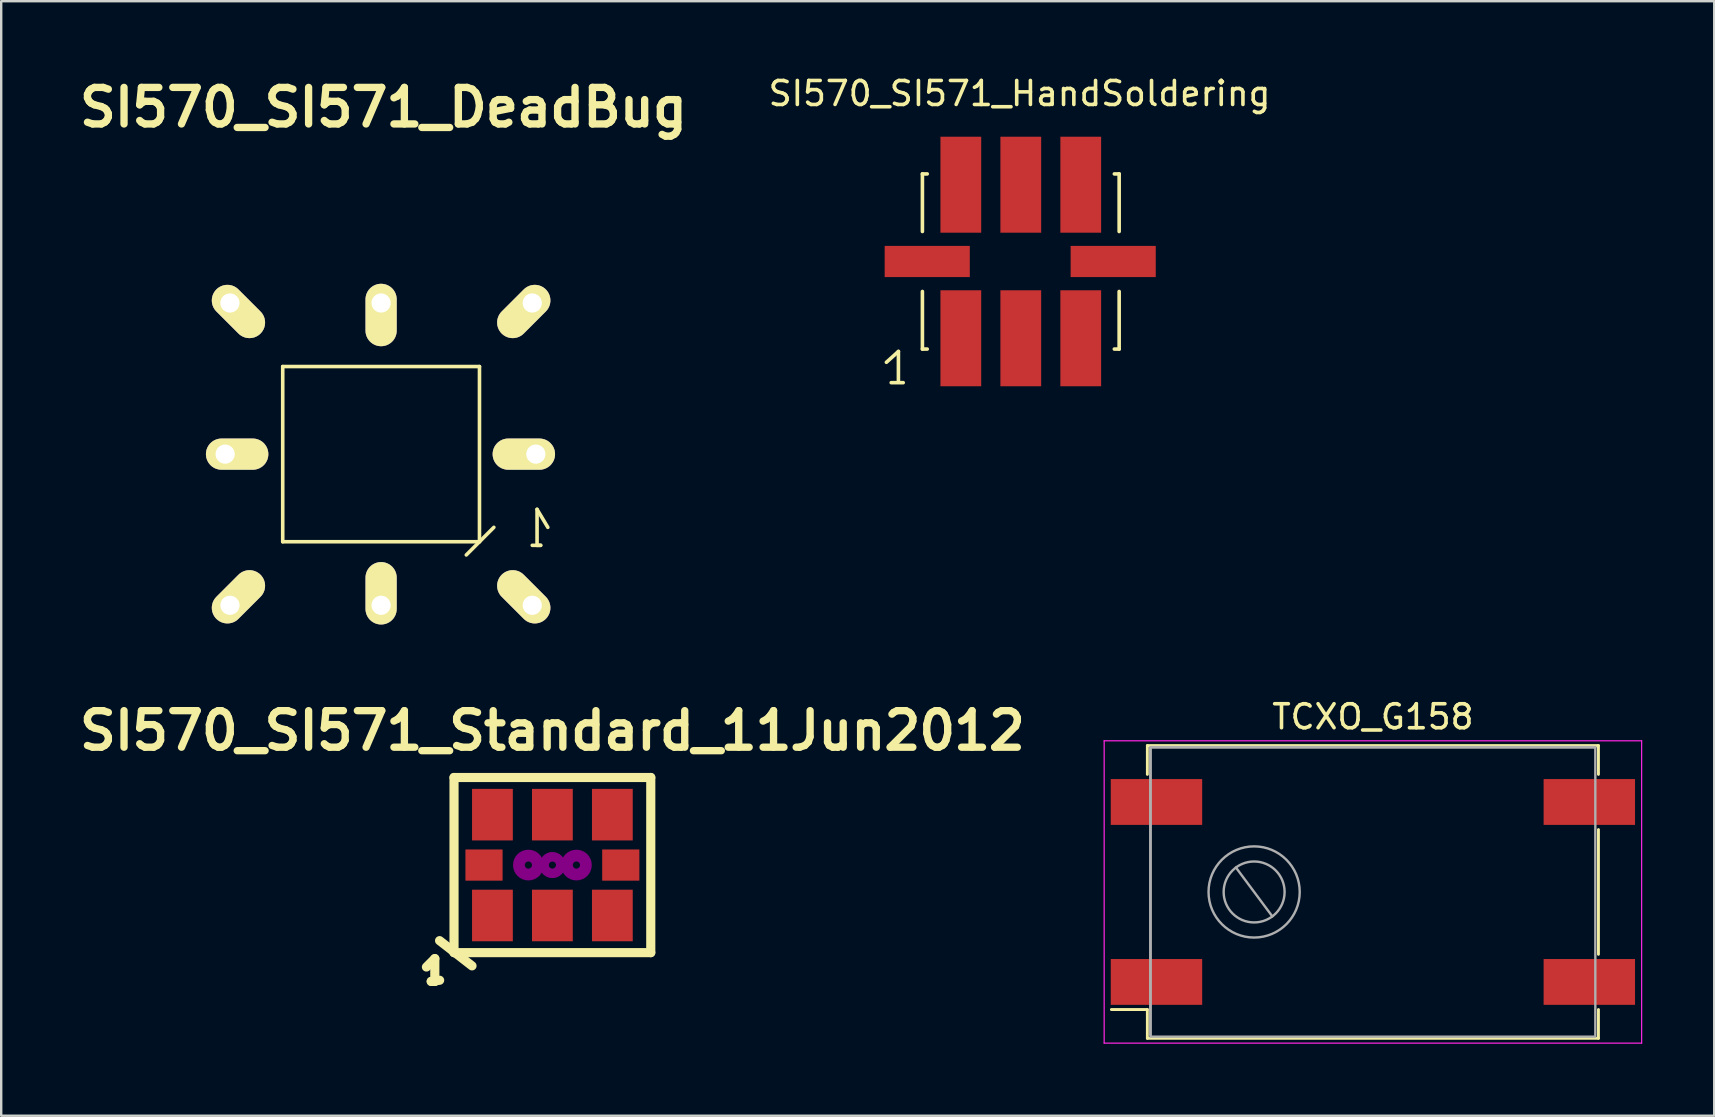
<source format=kicad_pcb>
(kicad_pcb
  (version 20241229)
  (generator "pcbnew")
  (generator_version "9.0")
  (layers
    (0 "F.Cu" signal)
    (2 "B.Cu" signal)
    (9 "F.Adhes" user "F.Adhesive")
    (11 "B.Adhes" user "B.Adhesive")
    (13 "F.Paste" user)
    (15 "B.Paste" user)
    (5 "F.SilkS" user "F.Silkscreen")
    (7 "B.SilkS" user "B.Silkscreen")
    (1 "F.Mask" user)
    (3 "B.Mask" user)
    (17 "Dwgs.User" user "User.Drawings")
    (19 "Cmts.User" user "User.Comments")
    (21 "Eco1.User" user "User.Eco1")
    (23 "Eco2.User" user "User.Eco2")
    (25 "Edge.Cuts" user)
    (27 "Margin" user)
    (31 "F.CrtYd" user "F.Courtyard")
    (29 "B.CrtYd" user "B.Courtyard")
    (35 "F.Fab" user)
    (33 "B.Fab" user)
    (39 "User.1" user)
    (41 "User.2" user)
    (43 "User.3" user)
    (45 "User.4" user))
  (footprint "SI570_SI571_HandSoldering"
    (layer "F.Cu")
    (at 39.493 7.848)
    (property "Reference" "SI570_SI571_HandSoldering" (at -0.051 -7 0) (layer "F.SilkS") (effects (font (size 1 1) (thickness 0.15))))
    (attr smd)
    (fp_line (start -5.601 4.201) (end -5.1 3.749) (stroke (width 0.15) (type solid)) (layer "F.SilkS"))
    (fp_line (start -5.4 5.05) (end -4.9 5.05) (stroke (width 0.15) (type solid)) (layer "F.SilkS"))
    (fp_line (start -5.1 3.749) (end -5.1 5.001) (stroke (width 0.15) (type solid)) (layer "F.SilkS"))
    (fp_line (start -4.1 -3.65) (end -4.1 -1.25) (stroke (width 0.15) (type solid)) (layer "F.SilkS"))
    (fp_line (start -4.1 -3.65) (end -3.899 -3.65) (stroke (width 0.15) (type solid)) (layer "F.SilkS"))
    (fp_line (start -4.1 3.65) (end -4.1 1.25) (stroke (width 0.15) (type solid)) (layer "F.SilkS"))
    (fp_line (start -4.1 3.65) (end -3.899 3.65) (stroke (width 0.15) (type solid)) (layer "F.SilkS"))
    (fp_line (start 4.1 -3.65) (end 3.899 -3.65) (stroke (width 0.15) (type solid)) (layer "F.SilkS"))
    (fp_line (start 4.1 -3.65) (end 4.1 -1.25) (stroke (width 0.15) (type solid)) (layer "F.SilkS"))
    (fp_line (start 4.1 3.65) (end 3.899 3.65) (stroke (width 0.15) (type solid)) (layer "F.SilkS"))
    (fp_line (start 4.1 3.65) (end 4.1 1.25) (stroke (width 0.15) (type solid)) (layer "F.SilkS"))
    (pad "1" smd rect (at -2.499 3.2) (size 1.699 4) (layers "F.Cu" "F.Mask" "F.Paste"))
    (pad "2" smd rect (at 0 3.2) (size 1.699 4) (layers "F.Cu" "F.Mask" "F.Paste"))
    (pad "3" smd rect (at 2.499 3.2) (size 1.699 4) (layers "F.Cu" "F.Mask" "F.Paste"))
    (pad "4" smd rect (at 2.499 -3.2) (size 1.699 4) (layers "F.Cu" "F.Mask" "F.Paste"))
    (pad "5" smd rect (at 0 -3.2) (size 1.699 4) (layers "F.Cu" "F.Mask" "F.Paste"))
    (pad "6" smd rect (at -2.499 -3.2) (size 1.699 4) (layers "F.Cu" "F.Mask" "F.Paste"))
    (pad "7" smd rect (at -3.899 0) (size 3.548 1.3) (layers "F.Cu" "F.Mask" "F.Paste"))
    (pad "8" smd rect (at 3.851 0) (size 3.548 1.3) (layers "F.Cu" "F.Mask" "F.Paste")))
  (footprint "SI570_SI571_DeadBug"
    (layer "F.Cu")
    (at 12.833 15.877)
    (property "Reference" "SI570_SI571_DeadBug" (at 0.099 -14.45 0) (layer "F.SilkS") (effects (font (size 1.524 1.524) (thickness 0.305))))
    (attr smd)
    (fp_line (start -4.1 -3.65) (end -4.1 3.65) (stroke (width 0.15) (type solid)) (layer "F.SilkS"))
    (fp_line (start -4.1 3.65) (end 4.1 3.65) (stroke (width 0.15) (type solid)) (layer "F.SilkS"))
    (fp_line (start 3.551 4.201) (end 4.699 3.051) (stroke (width 0.15) (type solid)) (layer "F.SilkS"))
    (fp_line (start 4.1 -3.65) (end -4.1 -3.65) (stroke (width 0.15) (type solid)) (layer "F.SilkS"))
    (fp_line (start 4.1 3.65) (end 4.1 -3.65) (stroke (width 0.15) (type solid)) (layer "F.SilkS"))
    (fp_line (start 6.5 2.301) (end 6.5 3.8) (stroke (width 0.15) (type solid)) (layer "F.SilkS"))
    (fp_line (start 6.5 3.8) (end 6.65 3.8) (stroke (width 0.15) (type solid)) (layer "F.SilkS"))
    (fp_line (start 6.65 3.8) (end 6.299 3.8) (stroke (width 0.15) (type solid)) (layer "F.SilkS"))
    (fp_line (start 6.949 3.051) (end 6.5 2.301) (stroke (width 0.15) (type solid)) (layer "F.SilkS"))
    (pad "1" thru_hole oval (at 6.299 6.299 135) (size 2.601 1.3) (drill 0.8 (offset 0.5 0)) (layers "*.Cu" "*.Mask" "F.SilkS"))
    (pad "2" thru_hole oval (at 0 6.299 90) (size 2.601 1.3) (drill 0.8 (offset 0.5 0)) (layers "*.Cu" "*.Mask" "F.SilkS"))
    (pad "3" thru_hole oval (at -6.299 6.299 45) (size 2.601 1.3) (drill 0.8 (offset 0.5 0)) (layers "*.Cu" "*.Mask" "F.SilkS"))
    (pad "4" thru_hole oval (at -6.299 -6.299 315) (size 2.601 1.3) (drill 0.8 (offset 0.5 0)) (layers "*.Cu" "*.Mask" "F.SilkS"))
    (pad "5" thru_hole oval (at 0 -6.299 270) (size 2.601 1.3) (drill 0.8 (offset 0.5 0)) (layers "*.Cu" "*.Mask" "F.SilkS"))
    (pad "6" thru_hole oval (at 6.299 -6.299 225) (size 2.601 1.3) (drill 0.8 (offset 0.5 0)) (layers "*.Cu" "*.Mask" "F.SilkS"))
    (pad "7" thru_hole oval (at 6.449 0 180) (size 2.601 1.3) (drill 0.8 (offset 0.5 0)) (layers "*.Cu" "*.Mask" "F.SilkS"))
    (pad "8" thru_hole oval (at -6.5 0) (size 2.601 1.3) (drill 0.8 (offset 0.5 0)) (layers "*.Cu" "*.Mask" "F.SilkS")))
  (footprint "TCXO_G158"
    (layer "F.Cu")
    (at 54.168 34.124)
    (property "Reference" "TCXO_G158" (at 0 -7.3 0) (layer "F.SilkS") (effects (font (size 1 1) (thickness 0.15))))
    (attr smd)
    (fp_line (start -10.9 4.9) (end -9.4 4.9) (stroke (width 0.12) (type solid)) (layer "F.SilkS"))
    (fp_line (start -9.4 -6.1) (end -9.4 -4.9) (stroke (width 0.12) (type solid)) (layer "F.SilkS"))
    (fp_line (start -9.4 4.9) (end -9.4 6.1) (stroke (width 0.12) (type solid)) (layer "F.SilkS"))
    (fp_line (start -9.4 6.1) (end 9.4 6.1) (stroke (width 0.12) (type solid)) (layer "F.SilkS"))
    (fp_line (start 9.4 -6.1) (end -9.4 -6.1) (stroke (width 0.12) (type solid)) (layer "F.SilkS"))
    (fp_line (start 9.4 -4.9) (end 9.4 -6.1) (stroke (width 0.12) (type solid)) (layer "F.SilkS"))
    (fp_line (start 9.4 2.6) (end 9.4 -2.6) (stroke (width 0.12) (type solid)) (layer "F.SilkS"))
    (fp_line (start 9.4 6.1) (end 9.4 4.9) (stroke (width 0.12) (type solid)) (layer "F.SilkS"))
    (fp_line (start -11.2 -6.3) (end -11.2 6.3) (stroke (width 0.05) (type solid)) (layer "F.CrtYd"))
    (fp_line (start -11.2 6.3) (end 11.2 6.3) (stroke (width 0.05) (type solid)) (layer "F.CrtYd"))
    (fp_line (start 11.2 -6.3) (end -11.2 -6.3) (stroke (width 0.05) (type solid)) (layer "F.CrtYd"))
    (fp_line (start 11.2 6.3) (end 11.2 -6.3) (stroke (width 0.05) (type solid)) (layer "F.CrtYd"))
    (fp_line (start -9.27 -6.03) (end 9.27 -6.03) (stroke (width 0.12) (type solid)) (layer "F.Fab"))
    (fp_line (start -9.27 5.97) (end -9.27 -5.97) (stroke (width 0.12) (type solid)) (layer "F.Fab"))
    (fp_line (start -5.71 -1.02) (end -4.19 1.02) (stroke (width 0.1) (type solid)) (layer "F.Fab"))
    (fp_line (start 9.27 -5.97) (end 9.27 5.97) (stroke (width 0.1) (type solid)) (layer "F.Fab"))
    (fp_line (start 9.27 6.03) (end -9.27 6.03) (stroke (width 0.1) (type solid)) (layer "F.Fab"))
    (fp_circle (center -4.95 0) (end -3.68 0) (stroke (width 0.1) (type solid)) (fill no) (layer "F.Fab"))
    (fp_circle (center -4.95 0) (end -3.05 0) (stroke (width 0.1) (type solid)) (fill no) (layer "F.Fab"))
    (pad "1" smd rect (at -9.02 3.75) (size 3.81 1.91) (layers "F.Cu" "F.Mask" "F.Paste"))
    (pad "2" smd rect (at 9.02 3.75) (size 3.81 1.91) (layers "F.Cu" "F.Mask" "F.Paste"))
    (pad "3" smd rect (at 9.02 -3.75) (size 3.81 1.91) (layers "F.Cu" "F.Mask" "F.Paste"))
    (pad "4" smd rect (at -9.02 -3.75) (size 3.81 1.91) (layers "F.Cu" "F.Mask" "F.Paste")))
  (footprint "SI570_SI571_Standard_11Jun2012"
    (layer "F.Cu")
    (at 19.972 33.003)
    (property "Reference" "SI570_SI571_Standard_11Jun2012" (at 0 -5.601 0) (layer "F.SilkS") (effects (font (size 1.524 1.524) (thickness 0.305))))
    (attr smd)
    (fp_line (start -5.25 4.249) (end -4.9 3.899) (stroke (width 0.381) (type solid)) (layer "F.SilkS"))
    (fp_line (start -5.05 4.849) (end -4.699 4.801) (stroke (width 0.381) (type solid)) (layer "F.SilkS"))
    (fp_line (start -4.9 3.899) (end -4.9 4.849) (stroke (width 0.381) (type solid)) (layer "F.SilkS"))
    (fp_line (start -4.9 4.849) (end -5.05 4.849) (stroke (width 0.381) (type solid)) (layer "F.SilkS"))
    (fp_line (start -4.702 3.15) (end -3.35 4.201) (stroke (width 0.381) (type solid)) (layer "F.SilkS"))
    (fp_line (start -4.1 -3.65) (end -4.1 3.65) (stroke (width 0.381) (type solid)) (layer "F.SilkS"))
    (fp_line (start -4.1 3.65) (end 4.1 3.65) (stroke (width 0.381) (type solid)) (layer "F.SilkS"))
    (fp_line (start 4.1 -3.65) (end -4.1 -3.65) (stroke (width 0.381) (type solid)) (layer "F.SilkS"))
    (fp_line (start 4.1 3.65) (end 4.1 -3.65) (stroke (width 0.381) (type solid)) (layer "F.SilkS"))
    (fp_circle (center -1.001 0) (end -0.851 0) (stroke (width 0.381) (type solid)) (fill no) (layer "F.Adhes"))
    (fp_circle (center -1.001 0) (end -0.551 0) (stroke (width 0.381) (type solid)) (fill no) (layer "F.Adhes"))
    (fp_circle (center 0 0) (end 0.15 0) (stroke (width 0.381) (type solid)) (fill no) (layer "F.Adhes"))
    (fp_circle (center 0 0) (end 0.351 0) (stroke (width 0.381) (type solid)) (fill no) (layer "F.Adhes"))
    (fp_circle (center 1.001 0) (end 0.551 0) (stroke (width 0.381) (type solid)) (fill no) (layer "F.Adhes"))
    (fp_circle (center 1.001 0) (end 0.851 0) (stroke (width 0.381) (type solid)) (fill no) (layer "F.Adhes"))
    (pad "1" smd rect (at -2.499 2.101) (size 1.699 2.149) (layers "F.Cu" "F.Mask" "F.Paste"))
    (pad "2" smd rect (at 0 2.101) (size 1.699 2.149) (layers "F.Cu" "F.Mask" "F.Paste"))
    (pad "3" smd rect (at 2.499 2.101) (size 1.699 2.149) (layers "F.Cu" "F.Mask" "F.Paste"))
    (pad "4" smd rect (at 2.499 -2.101) (size 1.699 2.149) (layers "F.Cu" "F.Mask" "F.Paste"))
    (pad "5" smd rect (at 0 -2.101) (size 1.699 2.149) (layers "F.Cu" "F.Mask" "F.Paste"))
    (pad "6" smd rect (at -2.499 -2.101) (size 1.699 2.149) (layers "F.Cu" "F.Mask" "F.Paste"))
    (pad "7" smd rect (at -2.85 0) (size 1.549 1.3) (layers "F.Cu" "F.Mask" "F.Paste"))
    (pad "8" smd rect (at 2.85 0) (size 1.549 1.3) (layers "F.Cu" "F.Mask" "F.Paste")))
  (gr_rect
    (start -3 -3)
    (end 68.393 43.449)
    (stroke (width 0.1) (type default))
    (fill no)
    (layer "Edge.Cuts")))
</source>
